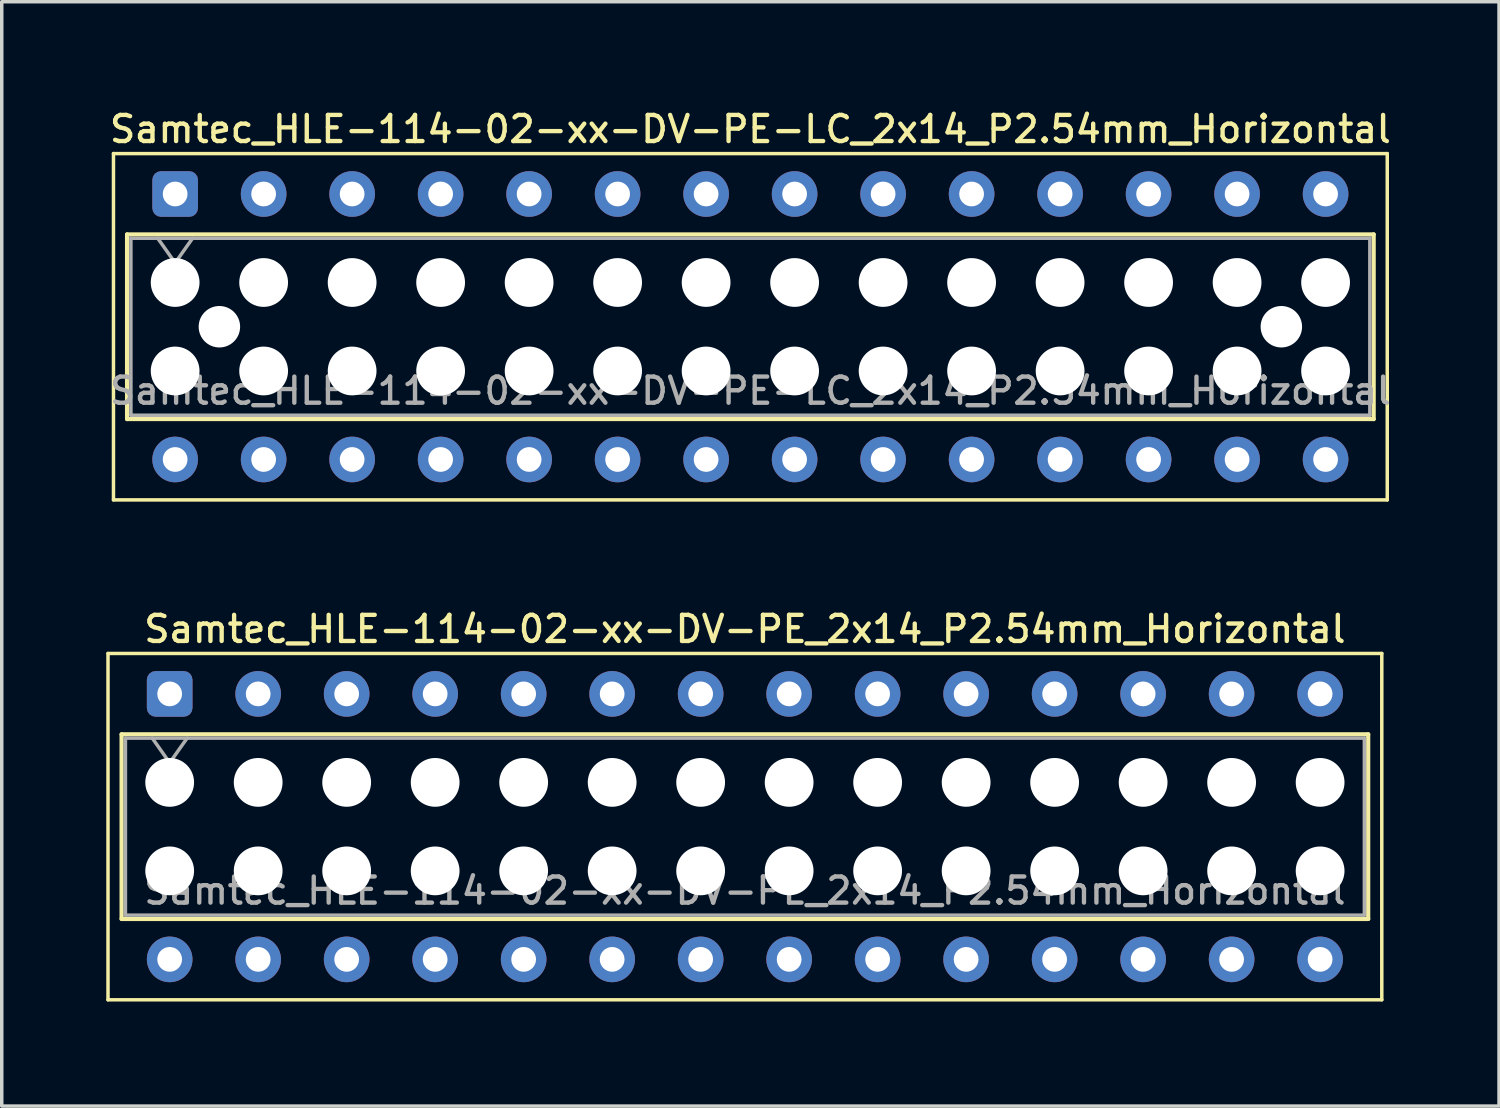
<source format=kicad_pcb>
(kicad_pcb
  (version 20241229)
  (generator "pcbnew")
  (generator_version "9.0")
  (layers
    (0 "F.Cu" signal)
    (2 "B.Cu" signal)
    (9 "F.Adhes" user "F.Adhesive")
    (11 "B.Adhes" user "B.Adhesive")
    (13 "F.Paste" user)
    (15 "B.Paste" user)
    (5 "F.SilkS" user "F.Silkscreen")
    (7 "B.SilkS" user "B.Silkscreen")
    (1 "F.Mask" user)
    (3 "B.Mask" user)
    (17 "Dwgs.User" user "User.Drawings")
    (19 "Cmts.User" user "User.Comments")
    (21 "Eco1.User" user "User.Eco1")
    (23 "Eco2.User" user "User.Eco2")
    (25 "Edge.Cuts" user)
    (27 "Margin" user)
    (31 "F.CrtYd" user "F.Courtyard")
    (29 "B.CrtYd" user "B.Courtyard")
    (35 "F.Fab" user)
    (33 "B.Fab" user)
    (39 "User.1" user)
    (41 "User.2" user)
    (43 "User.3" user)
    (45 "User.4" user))
  (footprint "Samtec_HLE-114-02-xx-DV-PE_2x14_P2.54mm_Horizontal"
    (layer "F.Cu")
    (at 1.82 16.866)
    (property "Reference" "Samtec_HLE-114-02-xx-DV-PE_2x14_P2.54mm_Horizontal" (at 16.51 -1.86 0) (layer "F.SilkS") (effects (font (size 0.75 0.75) (thickness 0.125))))
    (attr through_hole)
    (fp_line (start -1.77 -1.16) (end 34.79 -1.16) (stroke (width 0.1) (type solid)) (layer "F.SilkS"))
    (fp_line (start -1.77 8.78) (end -1.77 -1.16) (stroke (width 0.1) (type solid)) (layer "F.SilkS"))
    (fp_line (start -1.38 1.16) (end 34.4 1.16) (stroke (width 0.12) (type solid)) (layer "F.SilkS"))
    (fp_line (start -1.38 6.46) (end -1.38 1.16) (stroke (width 0.12) (type solid)) (layer "F.SilkS"))
    (fp_line (start 34.4 1.16) (end 34.4 6.46) (stroke (width 0.12) (type solid)) (layer "F.SilkS"))
    (fp_line (start 34.4 6.46) (end -1.38 6.46) (stroke (width 0.12) (type solid)) (layer "F.SilkS"))
    (fp_line (start 34.79 -1.16) (end 34.79 8.78) (stroke (width 0.1) (type solid)) (layer "F.SilkS"))
    (fp_line (start 34.79 8.78) (end -1.77 8.78) (stroke (width 0.1) (type solid)) (layer "F.SilkS"))
    (fp_line (start -1.27 1.27) (end 34.29 1.27) (stroke (width 0.1) (type solid)) (layer "F.Fab"))
    (fp_line (start -1.27 6.35) (end -1.27 1.27) (stroke (width 0.1) (type solid)) (layer "F.Fab"))
    (fp_line (start -0.5 1.27) (end 0 1.977) (stroke (width 0.1) (type solid)) (layer "F.Fab"))
    (fp_line (start 0 1.977) (end 0.5 1.27) (stroke (width 0.1) (type solid)) (layer "F.Fab"))
    (fp_line (start 34.29 1.27) (end 34.29 6.35) (stroke (width 0.1) (type solid)) (layer "F.Fab"))
    (fp_line (start 34.29 6.35) (end -1.27 6.35) (stroke (width 0.1) (type solid)) (layer "F.Fab"))
    (fp_text user "${REFERENCE}" (at 16.51 5.65 0) (layer "F.Fab") (effects (font (size 0.75 0.75) (thickness 0.125))))
    (pad "" np_thru_hole circle (at 0 2.54) (size 1.4 1.4) (drill 1.4) (layers "*.Cu" "*.Mask"))
    (pad "" np_thru_hole circle (at 0 5.08) (size 1.4 1.4) (drill 1.4) (layers "*.Cu" "*.Mask"))
    (pad "" np_thru_hole circle (at 2.54 2.54) (size 1.4 1.4) (drill 1.4) (layers "*.Cu" "*.Mask"))
    (pad "" np_thru_hole circle (at 2.54 5.08) (size 1.4 1.4) (drill 1.4) (layers "*.Cu" "*.Mask"))
    (pad "" np_thru_hole circle (at 5.08 2.54) (size 1.4 1.4) (drill 1.4) (layers "*.Cu" "*.Mask"))
    (pad "" np_thru_hole circle (at 5.08 5.08) (size 1.4 1.4) (drill 1.4) (layers "*.Cu" "*.Mask"))
    (pad "" np_thru_hole circle (at 7.62 2.54) (size 1.4 1.4) (drill 1.4) (layers "*.Cu" "*.Mask"))
    (pad "" np_thru_hole circle (at 7.62 5.08) (size 1.4 1.4) (drill 1.4) (layers "*.Cu" "*.Mask"))
    (pad "" np_thru_hole circle (at 10.16 2.54) (size 1.4 1.4) (drill 1.4) (layers "*.Cu" "*.Mask"))
    (pad "" np_thru_hole circle (at 10.16 5.08) (size 1.4 1.4) (drill 1.4) (layers "*.Cu" "*.Mask"))
    (pad "" np_thru_hole circle (at 12.7 2.54) (size 1.4 1.4) (drill 1.4) (layers "*.Cu" "*.Mask"))
    (pad "" np_thru_hole circle (at 12.7 5.08) (size 1.4 1.4) (drill 1.4) (layers "*.Cu" "*.Mask"))
    (pad "" np_thru_hole circle (at 15.24 2.54) (size 1.4 1.4) (drill 1.4) (layers "*.Cu" "*.Mask"))
    (pad "" np_thru_hole circle (at 15.24 5.08) (size 1.4 1.4) (drill 1.4) (layers "*.Cu" "*.Mask"))
    (pad "" np_thru_hole circle (at 17.78 2.54) (size 1.4 1.4) (drill 1.4) (layers "*.Cu" "*.Mask"))
    (pad "" np_thru_hole circle (at 17.78 5.08) (size 1.4 1.4) (drill 1.4) (layers "*.Cu" "*.Mask"))
    (pad "" np_thru_hole circle (at 20.32 2.54) (size 1.4 1.4) (drill 1.4) (layers "*.Cu" "*.Mask"))
    (pad "" np_thru_hole circle (at 20.32 5.08) (size 1.4 1.4) (drill 1.4) (layers "*.Cu" "*.Mask"))
    (pad "" np_thru_hole circle (at 22.86 2.54) (size 1.4 1.4) (drill 1.4) (layers "*.Cu" "*.Mask"))
    (pad "" np_thru_hole circle (at 22.86 5.08) (size 1.4 1.4) (drill 1.4) (layers "*.Cu" "*.Mask"))
    (pad "" np_thru_hole circle (at 25.4 2.54) (size 1.4 1.4) (drill 1.4) (layers "*.Cu" "*.Mask"))
    (pad "" np_thru_hole circle (at 25.4 5.08) (size 1.4 1.4) (drill 1.4) (layers "*.Cu" "*.Mask"))
    (pad "" np_thru_hole circle (at 27.94 2.54) (size 1.4 1.4) (drill 1.4) (layers "*.Cu" "*.Mask"))
    (pad "" np_thru_hole circle (at 27.94 5.08) (size 1.4 1.4) (drill 1.4) (layers "*.Cu" "*.Mask"))
    (pad "" np_thru_hole circle (at 30.48 2.54) (size 1.4 1.4) (drill 1.4) (layers "*.Cu" "*.Mask"))
    (pad "" np_thru_hole circle (at 30.48 5.08) (size 1.4 1.4) (drill 1.4) (layers "*.Cu" "*.Mask"))
    (pad "" np_thru_hole circle (at 33.02 2.54) (size 1.4 1.4) (drill 1.4) (layers "*.Cu" "*.Mask"))
    (pad "" np_thru_hole circle (at 33.02 5.08) (size 1.4 1.4) (drill 1.4) (layers "*.Cu" "*.Mask"))
    (pad "1" thru_hole roundrect (at 0 0) (size 1.31 1.31) (drill 0.71) (layers "*.Cu" "*.Mask") (roundrect_rratio 0.191))
    (pad "2" thru_hole circle (at 0 7.62) (size 1.31 1.31) (drill 0.71) (layers "*.Cu" "*.Mask"))
    (pad "3" thru_hole circle (at 2.54 0) (size 1.31 1.31) (drill 0.71) (layers "*.Cu" "*.Mask"))
    (pad "4" thru_hole circle (at 2.54 7.62) (size 1.31 1.31) (drill 0.71) (layers "*.Cu" "*.Mask"))
    (pad "5" thru_hole circle (at 5.08 0) (size 1.31 1.31) (drill 0.71) (layers "*.Cu" "*.Mask"))
    (pad "6" thru_hole circle (at 5.08 7.62) (size 1.31 1.31) (drill 0.71) (layers "*.Cu" "*.Mask"))
    (pad "7" thru_hole circle (at 7.62 0) (size 1.31 1.31) (drill 0.71) (layers "*.Cu" "*.Mask"))
    (pad "8" thru_hole circle (at 7.62 7.62) (size 1.31 1.31) (drill 0.71) (layers "*.Cu" "*.Mask"))
    (pad "9" thru_hole circle (at 10.16 0) (size 1.31 1.31) (drill 0.71) (layers "*.Cu" "*.Mask"))
    (pad "10" thru_hole circle (at 10.16 7.62) (size 1.31 1.31) (drill 0.71) (layers "*.Cu" "*.Mask"))
    (pad "11" thru_hole circle (at 12.7 0) (size 1.31 1.31) (drill 0.71) (layers "*.Cu" "*.Mask"))
    (pad "12" thru_hole circle (at 12.7 7.62) (size 1.31 1.31) (drill 0.71) (layers "*.Cu" "*.Mask"))
    (pad "13" thru_hole circle (at 15.24 0) (size 1.31 1.31) (drill 0.71) (layers "*.Cu" "*.Mask"))
    (pad "14" thru_hole circle (at 15.24 7.62) (size 1.31 1.31) (drill 0.71) (layers "*.Cu" "*.Mask"))
    (pad "15" thru_hole circle (at 17.78 0) (size 1.31 1.31) (drill 0.71) (layers "*.Cu" "*.Mask"))
    (pad "16" thru_hole circle (at 17.78 7.62) (size 1.31 1.31) (drill 0.71) (layers "*.Cu" "*.Mask"))
    (pad "17" thru_hole circle (at 20.32 0) (size 1.31 1.31) (drill 0.71) (layers "*.Cu" "*.Mask"))
    (pad "18" thru_hole circle (at 20.32 7.62) (size 1.31 1.31) (drill 0.71) (layers "*.Cu" "*.Mask"))
    (pad "19" thru_hole circle (at 22.86 0) (size 1.31 1.31) (drill 0.71) (layers "*.Cu" "*.Mask"))
    (pad "20" thru_hole circle (at 22.86 7.62) (size 1.31 1.31) (drill 0.71) (layers "*.Cu" "*.Mask"))
    (pad "21" thru_hole circle (at 25.4 0) (size 1.31 1.31) (drill 0.71) (layers "*.Cu" "*.Mask"))
    (pad "22" thru_hole circle (at 25.4 7.62) (size 1.31 1.31) (drill 0.71) (layers "*.Cu" "*.Mask"))
    (pad "23" thru_hole circle (at 27.94 0) (size 1.31 1.31) (drill 0.71) (layers "*.Cu" "*.Mask"))
    (pad "24" thru_hole circle (at 27.94 7.62) (size 1.31 1.31) (drill 0.71) (layers "*.Cu" "*.Mask"))
    (pad "25" thru_hole circle (at 30.48 0) (size 1.31 1.31) (drill 0.71) (layers "*.Cu" "*.Mask"))
    (pad "26" thru_hole circle (at 30.48 7.62) (size 1.31 1.31) (drill 0.71) (layers "*.Cu" "*.Mask"))
    (pad "27" thru_hole circle (at 33.02 0) (size 1.31 1.31) (drill 0.71) (layers "*.Cu" "*.Mask"))
    (pad "28" thru_hole circle (at 33.02 7.62) (size 1.31 1.31) (drill 0.71) (layers "*.Cu" "*.Mask")))
  (footprint "Samtec_HLE-114-02-xx-DV-PE-LC_2x14_P2.54mm_Horizontal"
    (layer "F.Cu")
    (at 1.977 2.518)
    (property "Reference" "Samtec_HLE-114-02-xx-DV-PE-LC_2x14_P2.54mm_Horizontal" (at 16.51 -1.86 0) (layer "F.SilkS") (effects (font (size 0.75 0.75) (thickness 0.125))))
    (attr through_hole)
    (fp_line (start -1.77 -1.16) (end 34.79 -1.16) (stroke (width 0.1) (type solid)) (layer "F.SilkS"))
    (fp_line (start -1.77 8.78) (end -1.77 -1.16) (stroke (width 0.1) (type solid)) (layer "F.SilkS"))
    (fp_line (start -1.38 1.16) (end 34.4 1.16) (stroke (width 0.12) (type solid)) (layer "F.SilkS"))
    (fp_line (start -1.38 6.46) (end -1.38 1.16) (stroke (width 0.12) (type solid)) (layer "F.SilkS"))
    (fp_line (start 34.4 1.16) (end 34.4 6.46) (stroke (width 0.12) (type solid)) (layer "F.SilkS"))
    (fp_line (start 34.4 6.46) (end -1.38 6.46) (stroke (width 0.12) (type solid)) (layer "F.SilkS"))
    (fp_line (start 34.79 -1.16) (end 34.79 8.78) (stroke (width 0.1) (type solid)) (layer "F.SilkS"))
    (fp_line (start 34.79 8.78) (end -1.77 8.78) (stroke (width 0.1) (type solid)) (layer "F.SilkS"))
    (fp_line (start -1.27 1.27) (end 34.29 1.27) (stroke (width 0.1) (type solid)) (layer "F.Fab"))
    (fp_line (start -1.27 6.35) (end -1.27 1.27) (stroke (width 0.1) (type solid)) (layer "F.Fab"))
    (fp_line (start -0.5 1.27) (end 0 1.977) (stroke (width 0.1) (type solid)) (layer "F.Fab"))
    (fp_line (start 0 1.977) (end 0.5 1.27) (stroke (width 0.1) (type solid)) (layer "F.Fab"))
    (fp_line (start 34.29 1.27) (end 34.29 6.35) (stroke (width 0.1) (type solid)) (layer "F.Fab"))
    (fp_line (start 34.29 6.35) (end -1.27 6.35) (stroke (width 0.1) (type solid)) (layer "F.Fab"))
    (fp_text user "${REFERENCE}" (at 16.51 5.65 0) (layer "F.Fab") (effects (font (size 0.75 0.75) (thickness 0.125))))
    (pad "" np_thru_hole circle (at 0 2.54) (size 1.4 1.4) (drill 1.4) (layers "*.Cu" "*.Mask"))
    (pad "" np_thru_hole circle (at 0 5.08) (size 1.4 1.4) (drill 1.4) (layers "*.Cu" "*.Mask"))
    (pad "" np_thru_hole circle (at 1.27 3.81) (size 1.19 1.19) (drill 1.19) (layers "*.Cu" "*.Mask"))
    (pad "" np_thru_hole circle (at 2.54 2.54) (size 1.4 1.4) (drill 1.4) (layers "*.Cu" "*.Mask"))
    (pad "" np_thru_hole circle (at 2.54 5.08) (size 1.4 1.4) (drill 1.4) (layers "*.Cu" "*.Mask"))
    (pad "" np_thru_hole circle (at 5.08 2.54) (size 1.4 1.4) (drill 1.4) (layers "*.Cu" "*.Mask"))
    (pad "" np_thru_hole circle (at 5.08 5.08) (size 1.4 1.4) (drill 1.4) (layers "*.Cu" "*.Mask"))
    (pad "" np_thru_hole circle (at 7.62 2.54) (size 1.4 1.4) (drill 1.4) (layers "*.Cu" "*.Mask"))
    (pad "" np_thru_hole circle (at 7.62 5.08) (size 1.4 1.4) (drill 1.4) (layers "*.Cu" "*.Mask"))
    (pad "" np_thru_hole circle (at 10.16 2.54) (size 1.4 1.4) (drill 1.4) (layers "*.Cu" "*.Mask"))
    (pad "" np_thru_hole circle (at 10.16 5.08) (size 1.4 1.4) (drill 1.4) (layers "*.Cu" "*.Mask"))
    (pad "" np_thru_hole circle (at 12.7 2.54) (size 1.4 1.4) (drill 1.4) (layers "*.Cu" "*.Mask"))
    (pad "" np_thru_hole circle (at 12.7 5.08) (size 1.4 1.4) (drill 1.4) (layers "*.Cu" "*.Mask"))
    (pad "" np_thru_hole circle (at 15.24 2.54) (size 1.4 1.4) (drill 1.4) (layers "*.Cu" "*.Mask"))
    (pad "" np_thru_hole circle (at 15.24 5.08) (size 1.4 1.4) (drill 1.4) (layers "*.Cu" "*.Mask"))
    (pad "" np_thru_hole circle (at 17.78 2.54) (size 1.4 1.4) (drill 1.4) (layers "*.Cu" "*.Mask"))
    (pad "" np_thru_hole circle (at 17.78 5.08) (size 1.4 1.4) (drill 1.4) (layers "*.Cu" "*.Mask"))
    (pad "" np_thru_hole circle (at 20.32 2.54) (size 1.4 1.4) (drill 1.4) (layers "*.Cu" "*.Mask"))
    (pad "" np_thru_hole circle (at 20.32 5.08) (size 1.4 1.4) (drill 1.4) (layers "*.Cu" "*.Mask"))
    (pad "" np_thru_hole circle (at 22.86 2.54) (size 1.4 1.4) (drill 1.4) (layers "*.Cu" "*.Mask"))
    (pad "" np_thru_hole circle (at 22.86 5.08) (size 1.4 1.4) (drill 1.4) (layers "*.Cu" "*.Mask"))
    (pad "" np_thru_hole circle (at 25.4 2.54) (size 1.4 1.4) (drill 1.4) (layers "*.Cu" "*.Mask"))
    (pad "" np_thru_hole circle (at 25.4 5.08) (size 1.4 1.4) (drill 1.4) (layers "*.Cu" "*.Mask"))
    (pad "" np_thru_hole circle (at 27.94 2.54) (size 1.4 1.4) (drill 1.4) (layers "*.Cu" "*.Mask"))
    (pad "" np_thru_hole circle (at 27.94 5.08) (size 1.4 1.4) (drill 1.4) (layers "*.Cu" "*.Mask"))
    (pad "" np_thru_hole circle (at 30.48 2.54) (size 1.4 1.4) (drill 1.4) (layers "*.Cu" "*.Mask"))
    (pad "" np_thru_hole circle (at 30.48 5.08) (size 1.4 1.4) (drill 1.4) (layers "*.Cu" "*.Mask"))
    (pad "" np_thru_hole circle (at 31.75 3.81) (size 1.19 1.19) (drill 1.19) (layers "*.Cu" "*.Mask"))
    (pad "" np_thru_hole circle (at 33.02 2.54) (size 1.4 1.4) (drill 1.4) (layers "*.Cu" "*.Mask"))
    (pad "" np_thru_hole circle (at 33.02 5.08) (size 1.4 1.4) (drill 1.4) (layers "*.Cu" "*.Mask"))
    (pad "1" thru_hole roundrect (at 0 0) (size 1.31 1.31) (drill 0.71) (layers "*.Cu" "*.Mask") (roundrect_rratio 0.191))
    (pad "2" thru_hole circle (at 0 7.62) (size 1.31 1.31) (drill 0.71) (layers "*.Cu" "*.Mask"))
    (pad "3" thru_hole circle (at 2.54 0) (size 1.31 1.31) (drill 0.71) (layers "*.Cu" "*.Mask"))
    (pad "4" thru_hole circle (at 2.54 7.62) (size 1.31 1.31) (drill 0.71) (layers "*.Cu" "*.Mask"))
    (pad "5" thru_hole circle (at 5.08 0) (size 1.31 1.31) (drill 0.71) (layers "*.Cu" "*.Mask"))
    (pad "6" thru_hole circle (at 5.08 7.62) (size 1.31 1.31) (drill 0.71) (layers "*.Cu" "*.Mask"))
    (pad "7" thru_hole circle (at 7.62 0) (size 1.31 1.31) (drill 0.71) (layers "*.Cu" "*.Mask"))
    (pad "8" thru_hole circle (at 7.62 7.62) (size 1.31 1.31) (drill 0.71) (layers "*.Cu" "*.Mask"))
    (pad "9" thru_hole circle (at 10.16 0) (size 1.31 1.31) (drill 0.71) (layers "*.Cu" "*.Mask"))
    (pad "10" thru_hole circle (at 10.16 7.62) (size 1.31 1.31) (drill 0.71) (layers "*.Cu" "*.Mask"))
    (pad "11" thru_hole circle (at 12.7 0) (size 1.31 1.31) (drill 0.71) (layers "*.Cu" "*.Mask"))
    (pad "12" thru_hole circle (at 12.7 7.62) (size 1.31 1.31) (drill 0.71) (layers "*.Cu" "*.Mask"))
    (pad "13" thru_hole circle (at 15.24 0) (size 1.31 1.31) (drill 0.71) (layers "*.Cu" "*.Mask"))
    (pad "14" thru_hole circle (at 15.24 7.62) (size 1.31 1.31) (drill 0.71) (layers "*.Cu" "*.Mask"))
    (pad "15" thru_hole circle (at 17.78 0) (size 1.31 1.31) (drill 0.71) (layers "*.Cu" "*.Mask"))
    (pad "16" thru_hole circle (at 17.78 7.62) (size 1.31 1.31) (drill 0.71) (layers "*.Cu" "*.Mask"))
    (pad "17" thru_hole circle (at 20.32 0) (size 1.31 1.31) (drill 0.71) (layers "*.Cu" "*.Mask"))
    (pad "18" thru_hole circle (at 20.32 7.62) (size 1.31 1.31) (drill 0.71) (layers "*.Cu" "*.Mask"))
    (pad "19" thru_hole circle (at 22.86 0) (size 1.31 1.31) (drill 0.71) (layers "*.Cu" "*.Mask"))
    (pad "20" thru_hole circle (at 22.86 7.62) (size 1.31 1.31) (drill 0.71) (layers "*.Cu" "*.Mask"))
    (pad "21" thru_hole circle (at 25.4 0) (size 1.31 1.31) (drill 0.71) (layers "*.Cu" "*.Mask"))
    (pad "22" thru_hole circle (at 25.4 7.62) (size 1.31 1.31) (drill 0.71) (layers "*.Cu" "*.Mask"))
    (pad "23" thru_hole circle (at 27.94 0) (size 1.31 1.31) (drill 0.71) (layers "*.Cu" "*.Mask"))
    (pad "24" thru_hole circle (at 27.94 7.62) (size 1.31 1.31) (drill 0.71) (layers "*.Cu" "*.Mask"))
    (pad "25" thru_hole circle (at 30.48 0) (size 1.31 1.31) (drill 0.71) (layers "*.Cu" "*.Mask"))
    (pad "26" thru_hole circle (at 30.48 7.62) (size 1.31 1.31) (drill 0.71) (layers "*.Cu" "*.Mask"))
    (pad "27" thru_hole circle (at 33.02 0) (size 1.31 1.31) (drill 0.71) (layers "*.Cu" "*.Mask"))
    (pad "28" thru_hole circle (at 33.02 7.62) (size 1.31 1.31) (drill 0.71) (layers "*.Cu" "*.Mask")))
  (gr_rect
    (start -3 -3)
    (end 39.975 28.696)
    (stroke (width 0.1) (type default))
    (fill no)
    (layer "Edge.Cuts")))
</source>
